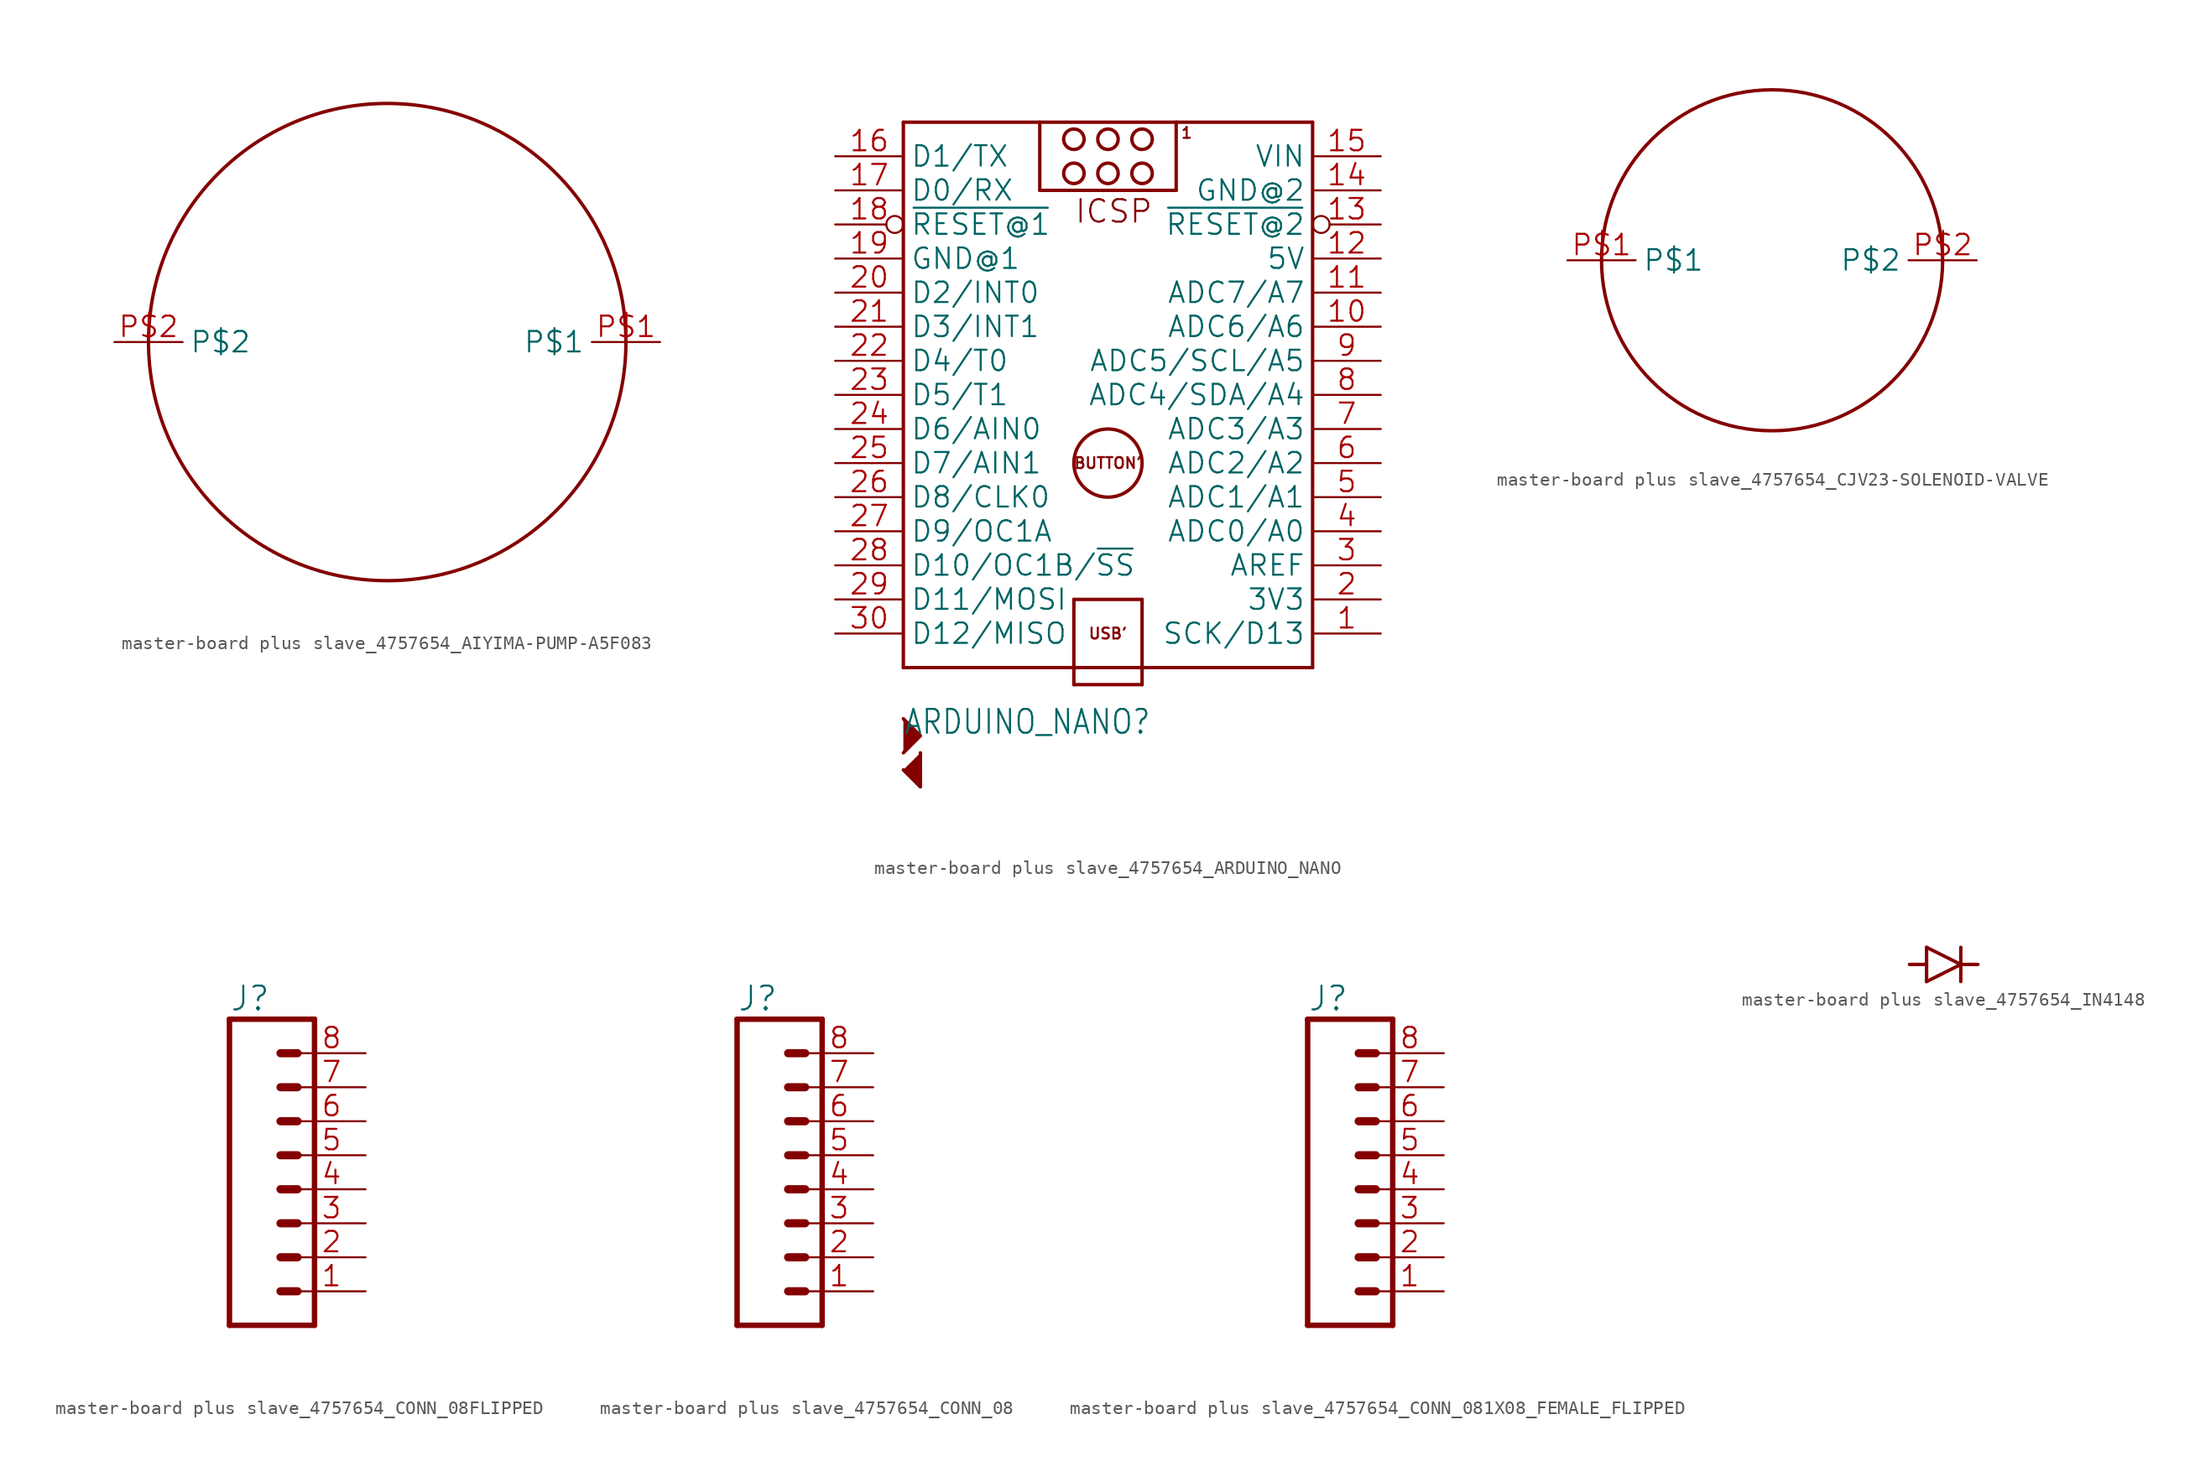
<source format=kicad_sym>
(kicad_symbol_lib
  (version 20241209)
  (generator "kicad_symbol_editor")
  (generator_version "9.0")
  (symbol "master-board plus slave_4757654_AIYIMA-PUMP-A5F083"
    (property "Reference" ""
      (at 0 0 0)
      (effects (font (size 1.27 1.27)) (hide yes)))
    (property "ki_locked" ""
      (at 0 0 0)
      (effects (font (size 1.27 1.27))))
    (symbol "master-board plus slave_4757654_AIYIMA-PUMP-A5F083_1_0"
      (circle (center 0 0) (radius 17.78) (stroke (width 0.254) (type solid)) (fill (type none)))
      (pin bidirectional line (at -20.32 0 0) (length 5.08) (name "P$2" (effects (font (size 1.524 1.524)))) (number "P$2" (effects (font (size 1.524 1.524)))))
      (pin bidirectional line (at 20.32 0 180) (length 5.08) (name "P$1" (effects (font (size 1.524 1.524)))) (number "P$1" (effects (font (size 1.524 1.524)))))))
  (symbol "master-board plus slave_4757654_ARDUINO_NANO"
    (property "Reference" "ARDUINO_NANO"
      (at -15.24 -20.32 0)
      (effects (font (size 1.778 1.511)) (justify left bottom)))
    (property "Value" ""
      (at -15.24 -22.86 0)
      (effects (font (size 1.778 1.511)) (justify left bottom)))
    (property "ki_locked" ""
      (at 0 0 0)
      (effects (font (size 1.27 1.27))))
    (symbol "master-board plus slave_4757654_ARDUINO_NANO_1_0"
      (polyline (pts (xy -15.24 25.4) (xy -5.08 25.4)) (stroke (width 0.254) (type solid)) (fill (type none)))
      (polyline (pts (xy -15.24 -15.24) (xy -15.24 25.4)) (stroke (width 0.254) (type solid)) (fill (type none)))
      (polyline (pts (xy -15.24 -21.59) (xy -13.97 -20.32) (xy -15.24 -19.05)) (stroke (width 0.254) (type solid)) (fill (type outline)))
      (polyline (pts (xy -15.24 -22.86) (xy -13.97 -24.13) (xy -13.97 -21.59)) (stroke (width 0.254) (type solid)) (fill (type outline)))
      (polyline (pts (xy -5.08 25.4) (xy -5.08 20.32)) (stroke (width 0.254) (type solid)) (fill (type none)))
      (polyline (pts (xy -5.08 25.4) (xy 5.08 25.4)) (stroke (width 0.254) (type solid)) (fill (type none)))
      (polyline (pts (xy -5.08 20.32) (xy 5.08 20.32)) (stroke (width 0.254) (type solid)) (fill (type none)))
      (circle (center -2.54 24.13) (radius 0.762) (stroke (width 0.254) (type solid)) (fill (type none)))
      (circle (center -2.54 21.59) (radius 0.762) (stroke (width 0.254) (type solid)) (fill (type none)))
      (polyline (pts (xy -2.54 -10.16) (xy -2.54 -16.51)) (stroke (width 0.254) (type solid)) (fill (type none)))
      (polyline (pts (xy -2.54 -16.51) (xy 2.54 -16.51)) (stroke (width 0.254) (type solid)) (fill (type none)))
      (circle (center 0 24.13) (radius 0.762) (stroke (width 0.254) (type solid)) (fill (type none)))
      (circle (center 0 21.59) (radius 0.762) (stroke (width 0.254) (type solid)) (fill (type none)))
      (circle (center 0 0) (radius 2.54) (stroke (width 0.254) (type solid)) (fill (type none)))
      (circle (center 2.54 24.13) (radius 0.762) (stroke (width 0.254) (type solid)) (fill (type none)))
      (circle (center 2.54 21.59) (radius 0.762) (stroke (width 0.254) (type solid)) (fill (type none)))
      (polyline (pts (xy 2.54 -10.16) (xy -2.54 -10.16)) (stroke (width 0.254) (type solid)) (fill (type none)))
      (polyline (pts (xy 2.54 -16.51) (xy 2.54 -10.16)) (stroke (width 0.254) (type solid)) (fill (type none)))
      (polyline (pts (xy 5.08 25.4) (xy 15.24 25.4)) (stroke (width 0.254) (type solid)) (fill (type none)))
      (polyline (pts (xy 5.08 20.32) (xy 5.08 25.4)) (stroke (width 0.254) (type solid)) (fill (type none)))
      (polyline (pts (xy 15.24 25.4) (xy 15.24 -15.24)) (stroke (width 0.254) (type solid)) (fill (type none)))
      (polyline (pts (xy 15.24 -15.24) (xy -15.24 -15.24)) (stroke (width 0.254) (type solid)) (fill (type none)))
      (text "ICSP" (at -2.54 17.78 0) (effects (font (size 1.676 1.676)) (justify left bottom)))
      (text "BUTTON'" (at 0 0 0) (effects (font (size 0.813 0.813))))
      (text "USB'" (at 0 -12.7 0) (effects (font (size 0.813 0.813))))
      (text "1" (at 6.35 24.13 0) (effects (font (size 0.813 0.813)) (justify right bottom)))
      (pin bidirectional line (at -20.32 22.86 0) (length 5.08) (name "D1/TX" (effects (font (size 1.524 1.524)))) (number "16" (effects (font (size 1.524 1.524)))))
      (pin bidirectional line (at -20.32 20.32 0) (length 5.08) (name "D0/RX" (effects (font (size 1.524 1.524)))) (number "17" (effects (font (size 1.524 1.524)))))
      (pin input inverted (at -20.32 17.78 0) (length 5.08) (name "~{RESET@1}" (effects (font (size 1.524 1.524)))) (number "18" (effects (font (size 1.524 1.524)))))
      (pin power_in line (at -20.32 15.24 0) (length 5.08) (name "GND@1" (effects (font (size 1.524 1.524)))) (number "19" (effects (font (size 1.524 1.524)))))
      (pin bidirectional line (at -20.32 12.7 0) (length 5.08) (name "D2/INT0" (effects (font (size 1.524 1.524)))) (number "20" (effects (font (size 1.524 1.524)))))
      (pin bidirectional line (at -20.32 10.16 0) (length 5.08) (name "D3/INT1" (effects (font (size 1.524 1.524)))) (number "21" (effects (font (size 1.524 1.524)))))
      (pin bidirectional line (at -20.32 7.62 0) (length 5.08) (name "D4/T0" (effects (font (size 1.524 1.524)))) (number "22" (effects (font (size 1.524 1.524)))))
      (pin bidirectional line (at -20.32 5.08 0) (length 5.08) (name "D5/T1" (effects (font (size 1.524 1.524)))) (number "23" (effects (font (size 1.524 1.524)))))
      (pin bidirectional line (at -20.32 2.54 0) (length 5.08) (name "D6/AIN0" (effects (font (size 1.524 1.524)))) (number "24" (effects (font (size 1.524 1.524)))))
      (pin bidirectional line (at -20.32 0 0) (length 5.08) (name "D7/AIN1" (effects (font (size 1.524 1.524)))) (number "25" (effects (font (size 1.524 1.524)))))
      (pin bidirectional line (at -20.32 -2.54 0) (length 5.08) (name "D8/CLK0" (effects (font (size 1.524 1.524)))) (number "26" (effects (font (size 1.524 1.524)))))
      (pin bidirectional line (at -20.32 -5.08 0) (length 5.08) (name "D9/OC1A" (effects (font (size 1.524 1.524)))) (number "27" (effects (font (size 1.524 1.524)))))
      (pin bidirectional line (at -20.32 -7.62 0) (length 5.08) (name "D10/OC1B/~{SS}" (effects (font (size 1.524 1.524)))) (number "28" (effects (font (size 1.524 1.524)))))
      (pin bidirectional line (at -20.32 -10.16 0) (length 5.08) (name "D11/MOSI" (effects (font (size 1.524 1.524)))) (number "29" (effects (font (size 1.524 1.524)))))
      (pin bidirectional line (at -20.32 -12.7 0) (length 5.08) (name "D12/MISO" (effects (font (size 1.524 1.524)))) (number "30" (effects (font (size 1.524 1.524)))))
      (pin power_in line (at 20.32 22.86 180) (length 5.08) (name "VIN" (effects (font (size 1.524 1.524)))) (number "15" (effects (font (size 1.524 1.524)))))
      (pin power_in line (at 20.32 20.32 180) (length 5.08) (name "GND@2" (effects (font (size 1.524 1.524)))) (number "14" (effects (font (size 1.524 1.524)))))
      (pin input inverted (at 20.32 17.78 180) (length 5.08) (name "~{RESET@2}" (effects (font (size 1.524 1.524)))) (number "13" (effects (font (size 1.524 1.524)))))
      (pin power_in line (at 20.32 15.24 180) (length 5.08) (name "5V" (effects (font (size 1.524 1.524)))) (number "12" (effects (font (size 1.524 1.524)))))
      (pin bidirectional line (at 20.32 12.7 180) (length 5.08) (name "ADC7/A7" (effects (font (size 1.524 1.524)))) (number "11" (effects (font (size 1.524 1.524)))))
      (pin bidirectional line (at 20.32 10.16 180) (length 5.08) (name "ADC6/A6" (effects (font (size 1.524 1.524)))) (number "10" (effects (font (size 1.524 1.524)))))
      (pin bidirectional line (at 20.32 7.62 180) (length 5.08) (name "ADC5/SCL/A5" (effects (font (size 1.524 1.524)))) (number "9" (effects (font (size 1.524 1.524)))))
      (pin bidirectional line (at 20.32 5.08 180) (length 5.08) (name "ADC4/SDA/A4" (effects (font (size 1.524 1.524)))) (number "8" (effects (font (size 1.524 1.524)))))
      (pin bidirectional line (at 20.32 2.54 180) (length 5.08) (name "ADC3/A3" (effects (font (size 1.524 1.524)))) (number "7" (effects (font (size 1.524 1.524)))))
      (pin bidirectional line (at 20.32 0 180) (length 5.08) (name "ADC2/A2" (effects (font (size 1.524 1.524)))) (number "6" (effects (font (size 1.524 1.524)))))
      (pin bidirectional line (at 20.32 -2.54 180) (length 5.08) (name "ADC1/A1" (effects (font (size 1.524 1.524)))) (number "5" (effects (font (size 1.524 1.524)))))
      (pin bidirectional line (at 20.32 -5.08 180) (length 5.08) (name "ADC0/A0" (effects (font (size 1.524 1.524)))) (number "4" (effects (font (size 1.524 1.524)))))
      (pin input line (at 20.32 -7.62 180) (length 5.08) (name "AREF" (effects (font (size 1.524 1.524)))) (number "3" (effects (font (size 1.524 1.524)))))
      (pin output line (at 20.32 -10.16 180) (length 5.08) (name "3V3" (effects (font (size 1.524 1.524)))) (number "2" (effects (font (size 1.524 1.524)))))
      (pin bidirectional line (at 20.32 -12.7 180) (length 5.08) (name "SCK/D13" (effects (font (size 1.524 1.524)))) (number "1" (effects (font (size 1.524 1.524)))))))
  (symbol "master-board plus slave_4757654_CJV23-SOLENOID-VALVE"
    (property "Reference" ""
      (at 0 0 0)
      (effects (font (size 1.27 1.27)) (hide yes)))
    (property "ki_locked" ""
      (at 0 0 0)
      (effects (font (size 1.27 1.27))))
    (symbol "master-board plus slave_4757654_CJV23-SOLENOID-VALVE_1_0"
      (circle (center 0 0) (radius 12.7) (stroke (width 0.254) (type solid)) (fill (type none)))
      (pin bidirectional line (at -15.24 0 0) (length 5.08) (name "P$1" (effects (font (size 1.524 1.524)))) (number "P$1" (effects (font (size 1.524 1.524)))))
      (pin bidirectional line (at 15.24 0 180) (length 5.08) (name "P$2" (effects (font (size 1.524 1.524)))) (number "P$2" (effects (font (size 1.524 1.524)))))))
  (symbol "master-board plus slave_4757654_CONN_08FLIPPED"
    (property "Reference" "J"
      (at -5.08 13.208 0)
      (effects (font (size 1.778 1.778)) (justify left bottom)))
    (property "Value" ""
      (at -5.08 -12.446 0)
      (effects (font (size 1.778 1.778)) (justify left bottom)))
    (property "ki_locked" ""
      (at 0 0 0)
      (effects (font (size 1.27 1.27))))
    (symbol "master-board plus slave_4757654_CONN_08FLIPPED_1_0"
      (polyline (pts (xy -5.08 12.7) (xy -5.08 -10.16)) (stroke (width 0.406) (type solid)) (fill (type none)))
      (polyline (pts (xy -5.08 12.7) (xy 1.27 12.7)) (stroke (width 0.406) (type solid)) (fill (type none)))
      (polyline (pts (xy -1.27 10.16) (xy 0 10.16)) (stroke (width 0.61) (type solid)) (fill (type none)))
      (polyline (pts (xy -1.27 7.62) (xy 0 7.62)) (stroke (width 0.61) (type solid)) (fill (type none)))
      (polyline (pts (xy -1.27 5.08) (xy 0 5.08)) (stroke (width 0.61) (type solid)) (fill (type none)))
      (polyline (pts (xy -1.27 2.54) (xy 0 2.54)) (stroke (width 0.61) (type solid)) (fill (type none)))
      (polyline (pts (xy -1.27 0) (xy 0 0)) (stroke (width 0.61) (type solid)) (fill (type none)))
      (polyline (pts (xy -1.27 -2.54) (xy 0 -2.54)) (stroke (width 0.61) (type solid)) (fill (type none)))
      (polyline (pts (xy -1.27 -5.08) (xy 0 -5.08)) (stroke (width 0.61) (type solid)) (fill (type none)))
      (polyline (pts (xy -1.27 -7.62) (xy 0 -7.62)) (stroke (width 0.61) (type solid)) (fill (type none)))
      (polyline (pts (xy 1.27 -10.16) (xy -5.08 -10.16)) (stroke (width 0.406) (type solid)) (fill (type none)))
      (polyline (pts (xy 1.27 -10.16) (xy 1.27 12.7)) (stroke (width 0.406) (type solid)) (fill (type none)))
      (pin passive line (at 5.08 10.16 180) (length 5.08) (name "8" (effects (font (size 0 0)))) (number "8" (effects (font (size 1.524 1.524)))))
      (pin passive line (at 5.08 7.62 180) (length 5.08) (name "7" (effects (font (size 0 0)))) (number "7" (effects (font (size 1.524 1.524)))))
      (pin passive line (at 5.08 5.08 180) (length 5.08) (name "6" (effects (font (size 0 0)))) (number "6" (effects (font (size 1.524 1.524)))))
      (pin passive line (at 5.08 2.54 180) (length 5.08) (name "5" (effects (font (size 0 0)))) (number "5" (effects (font (size 1.524 1.524)))))
      (pin passive line (at 5.08 0 180) (length 5.08) (name "4" (effects (font (size 0 0)))) (number "4" (effects (font (size 1.524 1.524)))))
      (pin passive line (at 5.08 -2.54 180) (length 5.08) (name "3" (effects (font (size 0 0)))) (number "3" (effects (font (size 1.524 1.524)))))
      (pin passive line (at 5.08 -5.08 180) (length 5.08) (name "2" (effects (font (size 0 0)))) (number "2" (effects (font (size 1.524 1.524)))))
      (pin passive line (at 5.08 -7.62 180) (length 5.08) (name "1" (effects (font (size 0 0)))) (number "1" (effects (font (size 1.524 1.524)))))))
  (symbol "master-board plus slave_4757654_CONN_08"
    (property "Reference" "J"
      (at -5.08 13.208 0)
      (effects (font (size 1.778 1.778)) (justify left bottom)))
    (property "Value" ""
      (at -5.08 -12.446 0)
      (effects (font (size 1.778 1.778)) (justify left bottom)))
    (property "ki_locked" ""
      (at 0 0 0)
      (effects (font (size 1.27 1.27))))
    (symbol "master-board plus slave_4757654_CONN_08_1_0"
      (polyline (pts (xy -5.08 12.7) (xy -5.08 -10.16)) (stroke (width 0.406) (type solid)) (fill (type none)))
      (polyline (pts (xy -5.08 12.7) (xy 1.27 12.7)) (stroke (width 0.406) (type solid)) (fill (type none)))
      (polyline (pts (xy -1.27 10.16) (xy 0 10.16)) (stroke (width 0.61) (type solid)) (fill (type none)))
      (polyline (pts (xy -1.27 7.62) (xy 0 7.62)) (stroke (width 0.61) (type solid)) (fill (type none)))
      (polyline (pts (xy -1.27 5.08) (xy 0 5.08)) (stroke (width 0.61) (type solid)) (fill (type none)))
      (polyline (pts (xy -1.27 2.54) (xy 0 2.54)) (stroke (width 0.61) (type solid)) (fill (type none)))
      (polyline (pts (xy -1.27 0) (xy 0 0)) (stroke (width 0.61) (type solid)) (fill (type none)))
      (polyline (pts (xy -1.27 -2.54) (xy 0 -2.54)) (stroke (width 0.61) (type solid)) (fill (type none)))
      (polyline (pts (xy -1.27 -5.08) (xy 0 -5.08)) (stroke (width 0.61) (type solid)) (fill (type none)))
      (polyline (pts (xy -1.27 -7.62) (xy 0 -7.62)) (stroke (width 0.61) (type solid)) (fill (type none)))
      (polyline (pts (xy 1.27 -10.16) (xy -5.08 -10.16)) (stroke (width 0.406) (type solid)) (fill (type none)))
      (polyline (pts (xy 1.27 -10.16) (xy 1.27 12.7)) (stroke (width 0.406) (type solid)) (fill (type none)))
      (pin passive line (at 5.08 10.16 180) (length 5.08) (name "8" (effects (font (size 0 0)))) (number "8" (effects (font (size 1.524 1.524)))))
      (pin passive line (at 5.08 7.62 180) (length 5.08) (name "7" (effects (font (size 0 0)))) (number "7" (effects (font (size 1.524 1.524)))))
      (pin passive line (at 5.08 5.08 180) (length 5.08) (name "6" (effects (font (size 0 0)))) (number "6" (effects (font (size 1.524 1.524)))))
      (pin passive line (at 5.08 2.54 180) (length 5.08) (name "5" (effects (font (size 0 0)))) (number "5" (effects (font (size 1.524 1.524)))))
      (pin passive line (at 5.08 0 180) (length 5.08) (name "4" (effects (font (size 0 0)))) (number "4" (effects (font (size 1.524 1.524)))))
      (pin passive line (at 5.08 -2.54 180) (length 5.08) (name "3" (effects (font (size 0 0)))) (number "3" (effects (font (size 1.524 1.524)))))
      (pin passive line (at 5.08 -5.08 180) (length 5.08) (name "2" (effects (font (size 0 0)))) (number "2" (effects (font (size 1.524 1.524)))))
      (pin passive line (at 5.08 -7.62 180) (length 5.08) (name "1" (effects (font (size 0 0)))) (number "1" (effects (font (size 1.524 1.524)))))))
  (symbol "master-board plus slave_4757654_CONN_081X08_FEMALE_FLIPPED"
    (property "Reference" "J"
      (at -5.08 13.208 0)
      (effects (font (size 1.778 1.778)) (justify left bottom)))
    (property "Value" ""
      (at -5.08 -12.446 0)
      (effects (font (size 1.778 1.778)) (justify left bottom)))
    (property "ki_locked" ""
      (at 0 0 0)
      (effects (font (size 1.27 1.27))))
    (symbol "master-board plus slave_4757654_CONN_081X08_FEMALE_FLIPPED_1_0"
      (polyline (pts (xy -5.08 12.7) (xy -5.08 -10.16)) (stroke (width 0.406) (type solid)) (fill (type none)))
      (polyline (pts (xy -5.08 12.7) (xy 1.27 12.7)) (stroke (width 0.406) (type solid)) (fill (type none)))
      (polyline (pts (xy -1.27 10.16) (xy 0 10.16)) (stroke (width 0.61) (type solid)) (fill (type none)))
      (polyline (pts (xy -1.27 7.62) (xy 0 7.62)) (stroke (width 0.61) (type solid)) (fill (type none)))
      (polyline (pts (xy -1.27 5.08) (xy 0 5.08)) (stroke (width 0.61) (type solid)) (fill (type none)))
      (polyline (pts (xy -1.27 2.54) (xy 0 2.54)) (stroke (width 0.61) (type solid)) (fill (type none)))
      (polyline (pts (xy -1.27 0) (xy 0 0)) (stroke (width 0.61) (type solid)) (fill (type none)))
      (polyline (pts (xy -1.27 -2.54) (xy 0 -2.54)) (stroke (width 0.61) (type solid)) (fill (type none)))
      (polyline (pts (xy -1.27 -5.08) (xy 0 -5.08)) (stroke (width 0.61) (type solid)) (fill (type none)))
      (polyline (pts (xy -1.27 -7.62) (xy 0 -7.62)) (stroke (width 0.61) (type solid)) (fill (type none)))
      (polyline (pts (xy 1.27 -10.16) (xy -5.08 -10.16)) (stroke (width 0.406) (type solid)) (fill (type none)))
      (polyline (pts (xy 1.27 -10.16) (xy 1.27 12.7)) (stroke (width 0.406) (type solid)) (fill (type none)))
      (pin passive line (at 5.08 10.16 180) (length 5.08) (name "8" (effects (font (size 0 0)))) (number "8" (effects (font (size 1.524 1.524)))))
      (pin passive line (at 5.08 7.62 180) (length 5.08) (name "7" (effects (font (size 0 0)))) (number "7" (effects (font (size 1.524 1.524)))))
      (pin passive line (at 5.08 5.08 180) (length 5.08) (name "6" (effects (font (size 0 0)))) (number "6" (effects (font (size 1.524 1.524)))))
      (pin passive line (at 5.08 2.54 180) (length 5.08) (name "5" (effects (font (size 0 0)))) (number "5" (effects (font (size 1.524 1.524)))))
      (pin passive line (at 5.08 0 180) (length 5.08) (name "4" (effects (font (size 0 0)))) (number "4" (effects (font (size 1.524 1.524)))))
      (pin passive line (at 5.08 -2.54 180) (length 5.08) (name "3" (effects (font (size 0 0)))) (number "3" (effects (font (size 1.524 1.524)))))
      (pin passive line (at 5.08 -5.08 180) (length 5.08) (name "2" (effects (font (size 0 0)))) (number "2" (effects (font (size 1.524 1.524)))))
      (pin passive line (at 5.08 -7.62 180) (length 5.08) (name "1" (effects (font (size 0 0)))) (number "1" (effects (font (size 1.524 1.524)))))))
  (symbol "master-board plus slave_4757654_IN4148"
    (property "Reference" ""
      (at 0 0 0)
      (effects (font (size 1.27 1.27)) (hide yes)))
    (property "ki_locked" ""
      (at 0 0 0)
      (effects (font (size 1.27 1.27))))
    (symbol "master-board plus slave_4757654_IN4148_1_0"
      (polyline (pts (xy -2.54 0) (xy -1.27 0)) (stroke (width 0.254) (type solid)) (fill (type none)))
      (polyline (pts (xy -1.27 -1.27) (xy -1.27 1.27)) (stroke (width 0.254) (type solid)) (fill (type none)))
      (polyline (pts (xy -1.27 -1.27) (xy 1.27 0)) (stroke (width 0.254) (type solid)) (fill (type none)))
      (polyline (pts (xy 1.27 1.27) (xy 1.27 0)) (stroke (width 0.254) (type solid)) (fill (type none)))
      (polyline (pts (xy 1.27 0) (xy -1.27 1.27)) (stroke (width 0.254) (type solid)) (fill (type none)))
      (polyline (pts (xy 1.27 0) (xy 1.27 -1.27)) (stroke (width 0.254) (type solid)) (fill (type none)))
      (polyline (pts (xy 2.54 0) (xy 1.27 0)) (stroke (width 0.254) (type solid)) (fill (type none)))
      (pin bidirectional line (at -2.54 0 180) (length 0) (name "P$2" (effects (font (size 0 0)))) (number "A" (effects (font (size 0 0)))))
      (pin bidirectional line (at 2.54 0 180) (length 0) (name "P$1" (effects (font (size 0 0)))) (number "C" (effects (font (size 0 0))))))))
</source>
